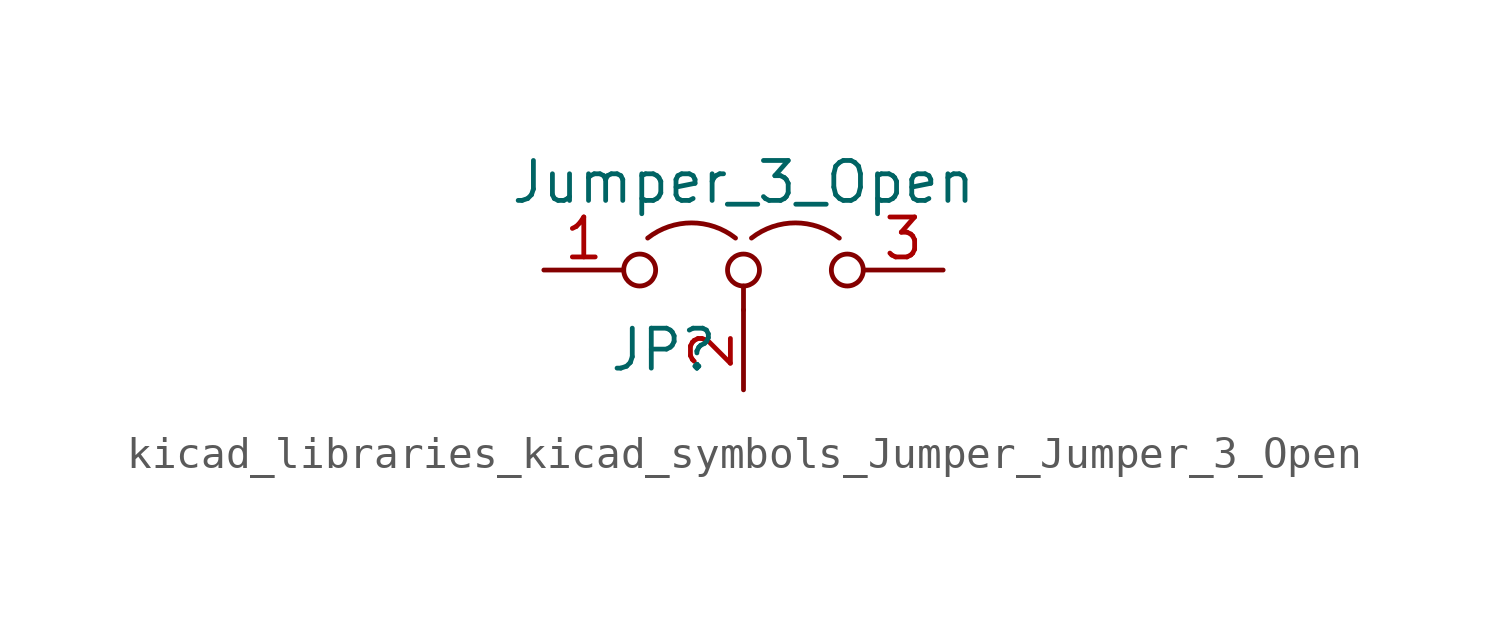
<source format=kicad_sym>
(kicad_symbol_lib
  (version 20220914)
  (generator kicad_symbol_editor)
  (symbol "kicad_libraries_kicad_symbols_Jumper_Jumper_3_Open"
    (pin_names
      (offset 0) hide)
    (property "Reference" "JP"
      (at -2.54 -2.54 0)
      (effects (font (size 1.27 1.27))))
    (property "Value" "Jumper_3_Open"
      (at 0 2.794 0)
      (effects (font (size 1.27 1.27))))
    (symbol "kicad_libraries_kicad_symbols_Jumper_Jumper_3_Open_0_0"
      (circle (center -3.302 0) (radius 0.508) (stroke (width 0) (type default)) (fill (type none)))
      (circle (center 0 0) (radius 0.508) (stroke (width 0) (type default)) (fill (type none)))
      (circle (center 3.302 0) (radius 0.508) (stroke (width 0) (type default)) (fill (type none))))
    (symbol "kicad_libraries_kicad_symbols_Jumper_Jumper_3_Open_0_1"
      (arc (start -0.254 1.016) (mid -1.651 1.4992) (end -3.048 1.016) (stroke (width 0) (type default)) (fill (type none)))
      (polyline (pts (xy 0 -0.508) (xy 0 -1.27)) (stroke (width 0) (type default)) (fill (type none)))
      (arc (start 3.048 1.016) (mid 1.651 1.4992) (end 0.254 1.016) (stroke (width 0) (type default)) (fill (type none))))
    (symbol "kicad_libraries_kicad_symbols_Jumper_Jumper_3_Open_1_1"
      (pin passive line (at -6.35 0 0) (length 2.54) (name "A" (effects (font (size 1.27 1.27)))) (number "1" (effects (font (size 1.27 1.27)))))
      (pin passive line (at 0 -3.81 90) (length 2.54) (name "C" (effects (font (size 1.27 1.27)))) (number "2" (effects (font (size 1.27 1.27)))))
      (pin passive line (at 6.35 0 180) (length 2.54) (name "B" (effects (font (size 1.27 1.27)))) (number "3" (effects (font (size 1.27 1.27))))))))
</source>
